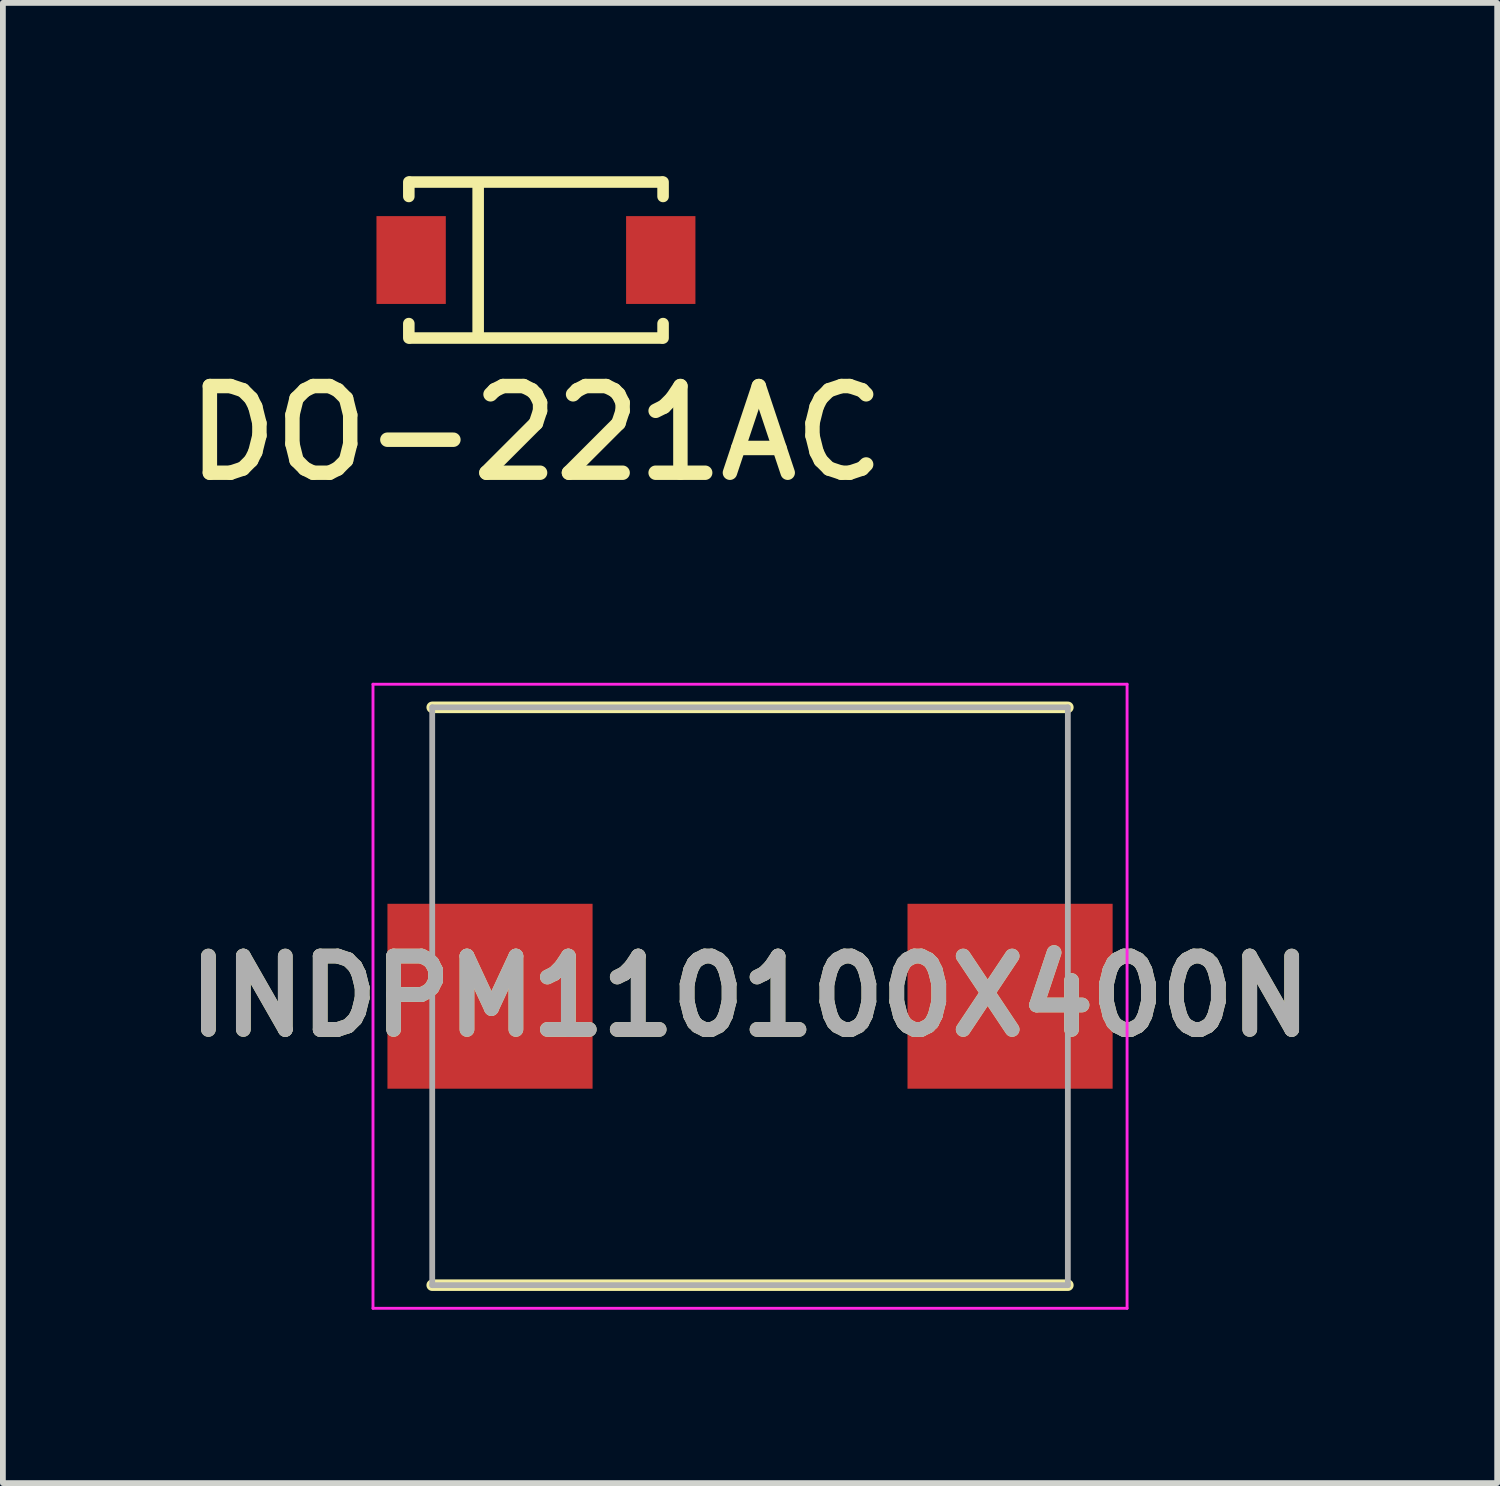
<source format=kicad_pcb>
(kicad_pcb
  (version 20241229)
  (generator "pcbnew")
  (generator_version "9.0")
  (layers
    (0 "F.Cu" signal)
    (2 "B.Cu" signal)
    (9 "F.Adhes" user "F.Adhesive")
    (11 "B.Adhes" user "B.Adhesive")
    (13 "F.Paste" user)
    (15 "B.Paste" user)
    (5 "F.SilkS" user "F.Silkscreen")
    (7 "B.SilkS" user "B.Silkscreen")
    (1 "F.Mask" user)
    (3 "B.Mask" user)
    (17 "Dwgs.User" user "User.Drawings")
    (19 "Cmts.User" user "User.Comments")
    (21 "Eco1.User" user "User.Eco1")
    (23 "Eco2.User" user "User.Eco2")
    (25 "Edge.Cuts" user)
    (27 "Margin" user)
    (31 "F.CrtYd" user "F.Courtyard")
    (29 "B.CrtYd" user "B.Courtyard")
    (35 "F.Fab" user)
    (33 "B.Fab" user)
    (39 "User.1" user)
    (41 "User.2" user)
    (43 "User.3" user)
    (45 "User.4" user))
  (footprint "DO-221AC"
    (layer "F.Cu")
    (at 6.225 1.45)
    (property "Reference" "DO-221AC" (at 0 3 0) (layer "F.SilkS") (effects (font (size 1.5 1.5) (thickness 0.25))))
    (attr smd)
    (fp_line (start -2.2 -1.35) (end -2.2 -1.1) (stroke (width 0.2) (type solid)) (layer "F.SilkS"))
    (fp_line (start -2.2 1.35) (end -2.2 1.1) (stroke (width 0.2) (type solid)) (layer "F.SilkS"))
    (fp_line (start -2.175 -1.35) (end 2.175 -1.35) (stroke (width 0.2) (type solid)) (layer "F.SilkS"))
    (fp_line (start -2.175 1.35) (end 2.175 1.35) (stroke (width 0.2) (type solid)) (layer "F.SilkS"))
    (fp_line (start -1 -1.25) (end -1 1.25) (stroke (width 0.2) (type solid)) (layer "F.SilkS"))
    (fp_line (start 2.2 -1.35) (end 2.2 -1.1) (stroke (width 0.2) (type solid)) (layer "F.SilkS"))
    (fp_line (start 2.2 1.35) (end 2.2 1.1) (stroke (width 0.2) (type solid)) (layer "F.SilkS"))
    (pad "1" smd rect (at 2.16 0) (size 1.2 1.52) (layers "F.Cu" "F.Mask" "F.Paste"))
    (pad "2" smd rect (at -2.16 0) (size 1.2 1.52) (layers "F.Cu" "F.Mask" "F.Paste")))
  (footprint "INDPM110100X400N"
    (layer "F.Cu")
    (at 9.93 14.191)
    (property "Reference" "INDPM110100X400N" (at 0 0 0) (layer "F.SilkS") (effects (font (size 1.27 1.27) (thickness 0.254))))
    (attr smd)
    (fp_line (start -5.5 5) (end 5.5 5) (stroke (width 0.2) (type solid)) (layer "F.SilkS"))
    (fp_line (start 5.5 -5) (end -5.5 -5) (stroke (width 0.2) (type solid)) (layer "F.SilkS"))
    (fp_line (start -6.525 -5.4) (end 6.525 -5.4) (stroke (width 0.05) (type solid)) (layer "F.CrtYd"))
    (fp_line (start -6.525 5.4) (end -6.525 -5.4) (stroke (width 0.05) (type solid)) (layer "F.CrtYd"))
    (fp_line (start 6.525 -5.4) (end 6.525 5.4) (stroke (width 0.05) (type solid)) (layer "F.CrtYd"))
    (fp_line (start 6.525 5.4) (end -6.525 5.4) (stroke (width 0.05) (type solid)) (layer "F.CrtYd"))
    (fp_line (start -5.5 -5) (end 5.5 -5) (stroke (width 0.1) (type solid)) (layer "F.Fab"))
    (fp_line (start -5.5 5) (end -5.5 -5) (stroke (width 0.1) (type solid)) (layer "F.Fab"))
    (fp_line (start 5.5 -5) (end 5.5 5) (stroke (width 0.1) (type solid)) (layer "F.Fab"))
    (fp_line (start 5.5 5) (end -5.5 5) (stroke (width 0.1) (type solid)) (layer "F.Fab"))
    (fp_text user "${REFERENCE}" (at 0 0 0) (layer "F.Fab") (effects (font (size 1.27 1.27) (thickness 0.254))))
    (pad "1" smd rect (at -4.5 0 90) (size 3.2 3.55) (layers "F.Cu" "F.Mask" "F.Paste"))
    (pad "2" smd rect (at 4.5 0 90) (size 3.2 3.55) (layers "F.Cu" "F.Mask" "F.Paste")))
  (gr_rect
    (start -3 -3)
    (end 22.86 22.616)
    (stroke (width 0.1) (type default))
    (fill no)
    (layer "Edge.Cuts")))
</source>
